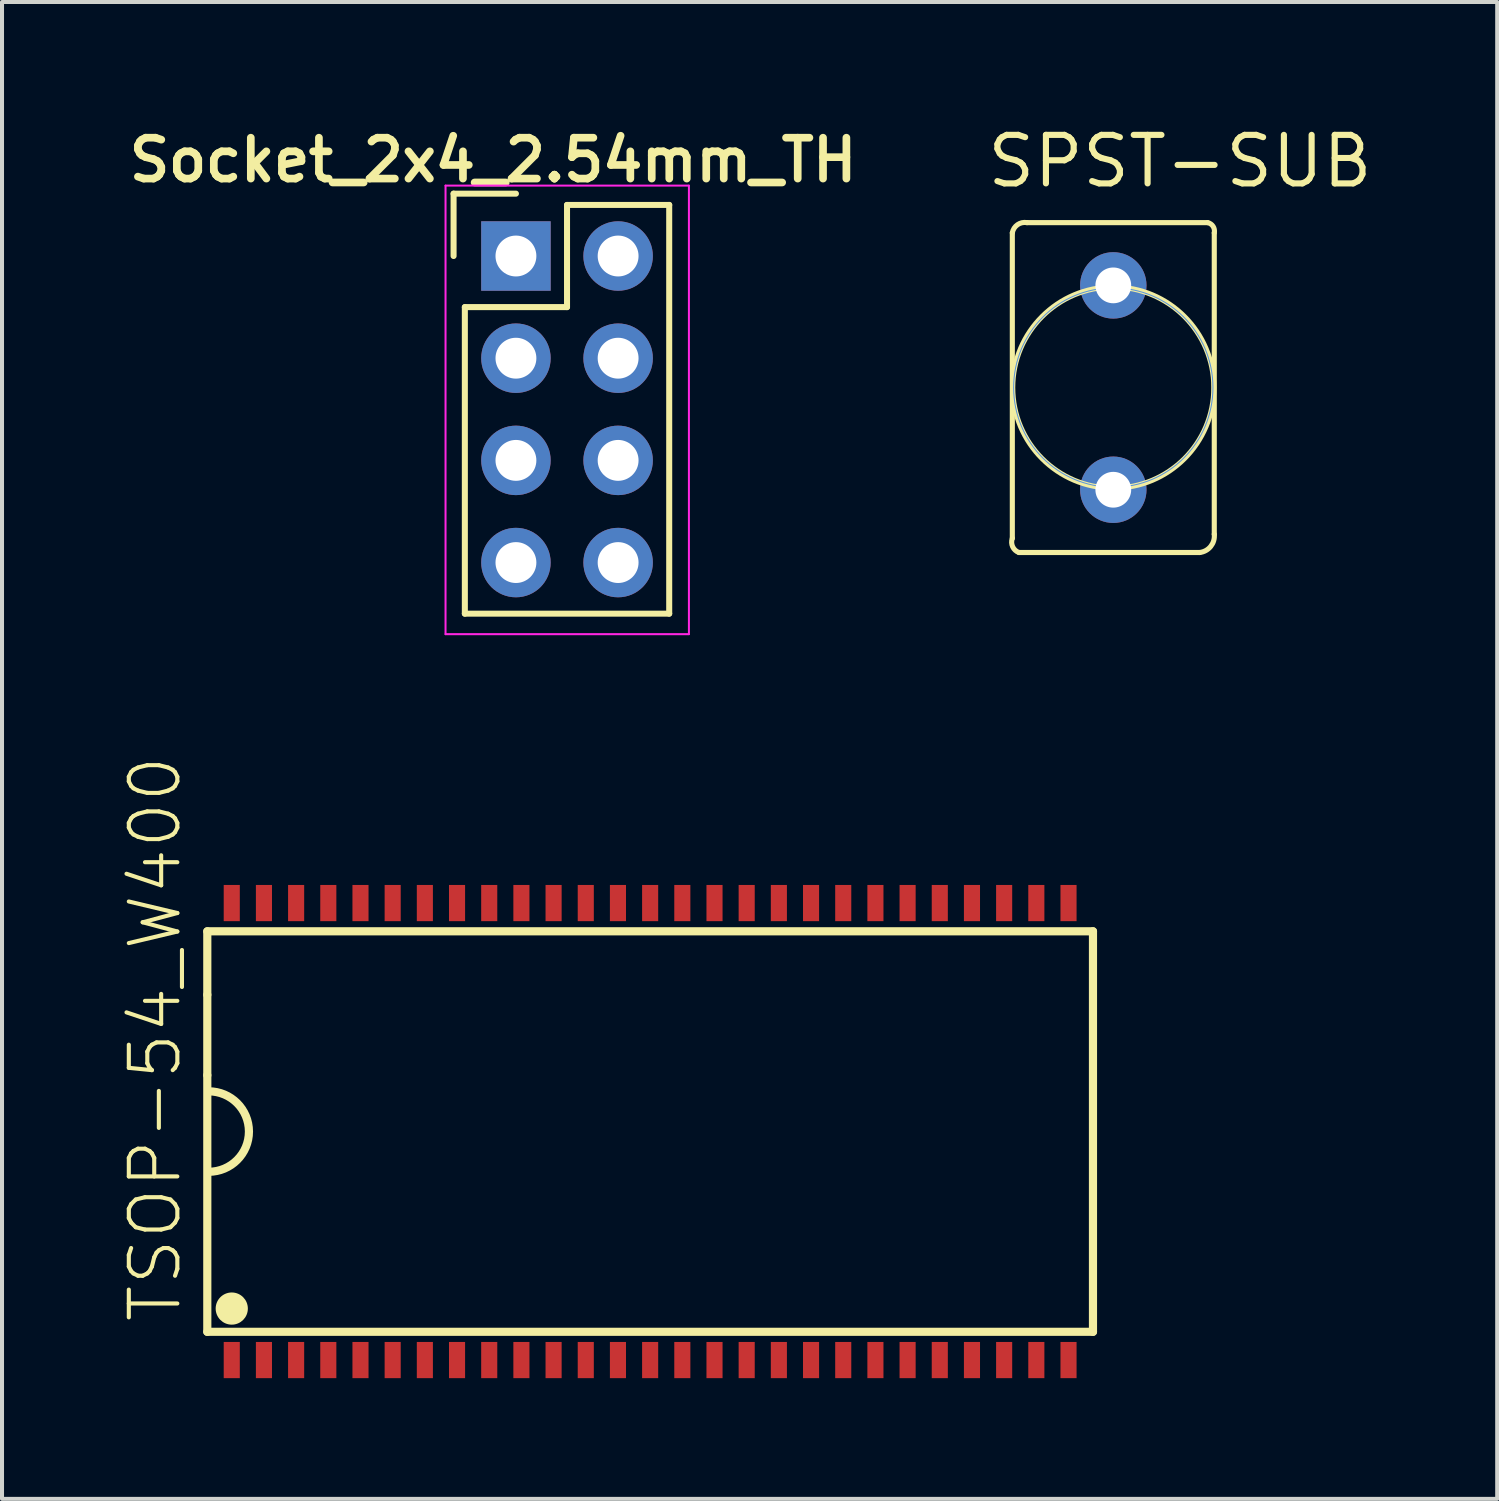
<source format=kicad_pcb>
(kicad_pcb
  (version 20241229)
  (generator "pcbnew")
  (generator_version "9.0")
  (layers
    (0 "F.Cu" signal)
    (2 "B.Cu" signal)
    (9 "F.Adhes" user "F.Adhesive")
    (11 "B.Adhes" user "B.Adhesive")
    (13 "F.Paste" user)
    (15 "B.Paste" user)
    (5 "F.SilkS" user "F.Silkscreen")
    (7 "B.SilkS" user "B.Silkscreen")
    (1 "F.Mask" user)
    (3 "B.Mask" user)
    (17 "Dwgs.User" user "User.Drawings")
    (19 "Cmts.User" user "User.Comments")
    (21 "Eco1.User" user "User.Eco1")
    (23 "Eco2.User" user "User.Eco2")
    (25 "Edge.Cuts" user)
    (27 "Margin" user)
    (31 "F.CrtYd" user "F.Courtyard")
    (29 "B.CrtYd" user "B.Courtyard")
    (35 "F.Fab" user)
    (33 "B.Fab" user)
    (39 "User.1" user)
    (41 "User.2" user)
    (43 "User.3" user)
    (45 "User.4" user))
  (footprint "SPST-SUB"
    (layer "F.Cu")
    (at 24.624 6.584)
    (property "Reference" "SPST-SUB" (at -3.21 -4.92 0) (layer "F.SilkS") (effects (font (size 1.206 1.206) (thickness 0.152)) (justify left bottom)))
    (attr through_hole)
    (fp_line (start -2.51 3.746) (end -2.51 -3.846) (stroke (width 0.127) (type solid)) (layer "F.SilkS"))
    (fp_line (start -2.146 -4.1) (end 2.346 -4.1) (stroke (width 0.127) (type solid)) (layer "F.SilkS"))
    (fp_line (start 2.146 4.1) (end -2.346 4.1) (stroke (width 0.127) (type solid)) (layer "F.SilkS"))
    (fp_line (start 2.51 -3.846) (end 2.51 3.646) (stroke (width 0.127) (type solid)) (layer "F.SilkS"))
    (fp_arc (start -2.51 -3.846) (mid -2.380625 -4.048417) (end -2.145999 -4.100001) (stroke (width 0.127) (type solid)) (layer "F.SilkS"))
    (fp_arc (start -2.346 4.1) (mid -2.501345 3.956979) (end -2.51 3.746) (stroke (width 0.127) (type solid)) (layer "F.SilkS"))
    (fp_arc (start 2.346 -4.1) (mid 2.480605 -4.006966) (end 2.51 -3.846) (stroke (width 0.127) (type solid)) (layer "F.SilkS"))
    (fp_arc (start 2.51 3.646) (mid 2.422026 3.948387) (end 2.146 4.1) (stroke (width 0.127) (type solid)) (layer "F.SilkS"))
    (fp_circle (center 0 0) (end 2.5 0) (stroke (width 0.127) (type solid)) (fill no) (layer "F.SilkS"))
    (fp_circle (center 0 0) (end 2.477 0) (stroke (width 0.025) (type solid)) (fill no) (layer "Cmts.User"))
    (pad "1" thru_hole circle (at 0 -2.54) (size 1.651 1.651) (drill 0.889) (layers "*.Cu" "*.Mask"))
    (pad "2" thru_hole circle (at 0 2.54) (size 1.651 1.651) (drill 0.889) (layers "*.Cu" "*.Mask")))
  (footprint "Socket_2x4_2.54mm_TH"
    (layer "F.Cu")
    (at 9.775 3.314)
    (property "Reference" "Socket_2x4_2.54mm_TH" (at -0.567 -2.385 0) (layer "F.SilkS") (effects (font (size 1.016 1.016) (thickness 0.191))))
    (attr through_hole)
    (fp_line (start -1.55 -1.55) (end -1.55 0) (stroke (width 0.15) (type solid)) (layer "F.SilkS"))
    (fp_line (start -1.27 1.27) (end -1.27 8.89) (stroke (width 0.15) (type solid)) (layer "F.SilkS"))
    (fp_line (start -1.27 8.89) (end 3.81 8.89) (stroke (width 0.15) (type solid)) (layer "F.SilkS"))
    (fp_line (start 0 -1.55) (end -1.55 -1.55) (stroke (width 0.15) (type solid)) (layer "F.SilkS"))
    (fp_line (start 1.27 -1.27) (end 1.27 1.27) (stroke (width 0.15) (type solid)) (layer "F.SilkS"))
    (fp_line (start 1.27 1.27) (end -1.27 1.27) (stroke (width 0.15) (type solid)) (layer "F.SilkS"))
    (fp_line (start 3.81 -1.27) (end 1.27 -1.27) (stroke (width 0.15) (type solid)) (layer "F.SilkS"))
    (fp_line (start 3.81 8.89) (end 3.81 -1.27) (stroke (width 0.15) (type solid)) (layer "F.SilkS"))
    (fp_line (start -1.75 -1.75) (end -1.75 9.4) (stroke (width 0.05) (type solid)) (layer "F.CrtYd"))
    (fp_line (start -1.75 -1.75) (end 4.3 -1.75) (stroke (width 0.05) (type solid)) (layer "F.CrtYd"))
    (fp_line (start -1.75 9.4) (end 4.3 9.4) (stroke (width 0.05) (type solid)) (layer "F.CrtYd"))
    (fp_line (start 4.3 -1.75) (end 4.3 9.4) (stroke (width 0.05) (type solid)) (layer "F.CrtYd"))
    (pad "1" thru_hole rect (at 0 0) (size 1.727 1.727) (drill 1.016) (layers "*.Cu" "*.Mask"))
    (pad "2" thru_hole oval (at 2.54 0) (size 1.727 1.727) (drill 1.016) (layers "*.Cu" "*.Mask"))
    (pad "3" thru_hole oval (at 0 2.54) (size 1.727 1.727) (drill 1.016) (layers "*.Cu" "*.Mask"))
    (pad "4" thru_hole oval (at 2.54 2.54) (size 1.727 1.727) (drill 1.016) (layers "*.Cu" "*.Mask"))
    (pad "5" thru_hole oval (at 0 5.08) (size 1.727 1.727) (drill 1.016) (layers "*.Cu" "*.Mask"))
    (pad "6" thru_hole oval (at 2.54 5.08) (size 1.727 1.727) (drill 1.016) (layers "*.Cu" "*.Mask"))
    (pad "7" thru_hole oval (at 0 7.62) (size 1.727 1.727) (drill 1.016) (layers "*.Cu" "*.Mask"))
    (pad "8" thru_hole oval (at 2.54 7.62) (size 1.727 1.727) (drill 1.016) (layers "*.Cu" "*.Mask")))
  (footprint "TSOP-54_W400"
    (layer "F.Cu")
    (at 13.111 25.078)
    (property "Reference" "TSOP-54_W400" (at -11.6 4.8 90) (layer "F.SilkS") (effects (font (size 1.206 1.206) (thickness 0.102)) (justify left bottom)))
    (attr through_hole)
    (fp_line (start -11.008 -4.978) (end -11.008 -3.4) (stroke (width 0.203) (type solid)) (layer "F.SilkS"))
    (fp_line (start -11.008 -3.4) (end -11.008 -1.4) (stroke (width 0.203) (type solid)) (layer "F.SilkS"))
    (fp_line (start -11.008 -1.4) (end -11.008 4.978) (stroke (width 0.203) (type solid)) (layer "F.SilkS"))
    (fp_line (start -11.008 4.978) (end 11.008 4.978) (stroke (width 0.203) (type solid)) (layer "F.SilkS"))
    (fp_line (start 11.008 -4.978) (end -11.008 -4.978) (stroke (width 0.203) (type solid)) (layer "F.SilkS"))
    (fp_line (start 11.008 4.978) (end 11.008 -4.978) (stroke (width 0.203) (type solid)) (layer "F.SilkS"))
    (fp_arc (start -10.9728 -1) (mid -9.9728 0) (end -10.9728 1) (stroke (width 0.2032) (type solid)) (layer "F.SilkS"))
    (fp_circle (center -10.4 4.4) (end -10 4.4) (stroke (width 0) (type solid)) (fill yes) (layer "F.SilkS"))
    (pad "1" smd rect (at -10.4 5.68 90) (size 0.9 0.4) (layers "F.Cu" "F.Mask" "F.Paste"))
    (pad "2" smd rect (at -9.6 5.68 90) (size 0.9 0.4) (layers "F.Cu" "F.Mask" "F.Paste"))
    (pad "3" smd rect (at -8.8 5.68 90) (size 0.9 0.4) (layers "F.Cu" "F.Mask" "F.Paste"))
    (pad "4" smd rect (at -8 5.68 90) (size 0.9 0.4) (layers "F.Cu" "F.Mask" "F.Paste"))
    (pad "5" smd rect (at -7.2 5.68 90) (size 0.9 0.4) (layers "F.Cu" "F.Mask" "F.Paste"))
    (pad "6" smd rect (at -6.4 5.68 90) (size 0.9 0.4) (layers "F.Cu" "F.Mask" "F.Paste"))
    (pad "7" smd rect (at -5.6 5.68 90) (size 0.9 0.4) (layers "F.Cu" "F.Mask" "F.Paste"))
    (pad "8" smd rect (at -4.8 5.68 90) (size 0.9 0.4) (layers "F.Cu" "F.Mask" "F.Paste"))
    (pad "9" smd rect (at -4 5.68 90) (size 0.9 0.4) (layers "F.Cu" "F.Mask" "F.Paste"))
    (pad "10" smd rect (at -3.2 5.68 90) (size 0.9 0.4) (layers "F.Cu" "F.Mask" "F.Paste"))
    (pad "11" smd rect (at -2.4 5.68 90) (size 0.9 0.4) (layers "F.Cu" "F.Mask" "F.Paste"))
    (pad "12" smd rect (at -1.6 5.68 90) (size 0.9 0.4) (layers "F.Cu" "F.Mask" "F.Paste"))
    (pad "13" smd rect (at -0.8 5.68 90) (size 0.9 0.4) (layers "F.Cu" "F.Mask" "F.Paste"))
    (pad "14" smd rect (at 0 5.68 90) (size 0.9 0.4) (layers "F.Cu" "F.Mask" "F.Paste"))
    (pad "15" smd rect (at 0.8 5.68 90) (size 0.9 0.4) (layers "F.Cu" "F.Mask" "F.Paste"))
    (pad "16" smd rect (at 1.6 5.68 90) (size 0.9 0.4) (layers "F.Cu" "F.Mask" "F.Paste"))
    (pad "17" smd rect (at 2.4 5.68 90) (size 0.9 0.4) (layers "F.Cu" "F.Mask" "F.Paste"))
    (pad "18" smd rect (at 3.2 5.68 90) (size 0.9 0.4) (layers "F.Cu" "F.Mask" "F.Paste"))
    (pad "19" smd rect (at 4 5.68 90) (size 0.9 0.4) (layers "F.Cu" "F.Mask" "F.Paste"))
    (pad "20" smd rect (at 4.8 5.68 90) (size 0.9 0.4) (layers "F.Cu" "F.Mask" "F.Paste"))
    (pad "21" smd rect (at 5.6 5.68 90) (size 0.9 0.4) (layers "F.Cu" "F.Mask" "F.Paste"))
    (pad "22" smd rect (at 6.4 5.68 90) (size 0.9 0.4) (layers "F.Cu" "F.Mask" "F.Paste"))
    (pad "23" smd rect (at 7.2 5.68 90) (size 0.9 0.4) (layers "F.Cu" "F.Mask" "F.Paste"))
    (pad "24" smd rect (at 8 5.68 90) (size 0.9 0.4) (layers "F.Cu" "F.Mask" "F.Paste"))
    (pad "25" smd rect (at 8.8 5.68 90) (size 0.9 0.4) (layers "F.Cu" "F.Mask" "F.Paste"))
    (pad "26" smd rect (at 9.6 5.68 90) (size 0.9 0.4) (layers "F.Cu" "F.Mask" "F.Paste"))
    (pad "27" smd rect (at 10.4 5.68 90) (size 0.9 0.4) (layers "F.Cu" "F.Mask" "F.Paste"))
    (pad "28" smd rect (at 10.4 -5.68 270) (size 0.9 0.4) (layers "F.Cu" "F.Mask" "F.Paste"))
    (pad "29" smd rect (at 9.6 -5.68 90) (size 0.9 0.4) (layers "F.Cu" "F.Mask" "F.Paste"))
    (pad "30" smd rect (at 8.8 -5.68 90) (size 0.9 0.4) (layers "F.Cu" "F.Mask" "F.Paste"))
    (pad "31" smd rect (at 8 -5.68 90) (size 0.9 0.4) (layers "F.Cu" "F.Mask" "F.Paste"))
    (pad "32" smd rect (at 7.2 -5.68 90) (size 0.9 0.4) (layers "F.Cu" "F.Mask" "F.Paste"))
    (pad "33" smd rect (at 6.4 -5.68 90) (size 0.9 0.4) (layers "F.Cu" "F.Mask" "F.Paste"))
    (pad "34" smd rect (at 5.6 -5.68 90) (size 0.9 0.4) (layers "F.Cu" "F.Mask" "F.Paste"))
    (pad "35" smd rect (at 4.8 -5.68 90) (size 0.9 0.4) (layers "F.Cu" "F.Mask" "F.Paste"))
    (pad "36" smd rect (at 4 -5.68 90) (size 0.9 0.4) (layers "F.Cu" "F.Mask" "F.Paste"))
    (pad "37" smd rect (at 3.2 -5.68 90) (size 0.9 0.4) (layers "F.Cu" "F.Mask" "F.Paste"))
    (pad "38" smd rect (at 2.4 -5.68 90) (size 0.9 0.4) (layers "F.Cu" "F.Mask" "F.Paste"))
    (pad "39" smd rect (at 1.6 -5.68 90) (size 0.9 0.4) (layers "F.Cu" "F.Mask" "F.Paste"))
    (pad "40" smd rect (at 0.8 -5.68 90) (size 0.9 0.4) (layers "F.Cu" "F.Mask" "F.Paste"))
    (pad "41" smd rect (at 0 -5.68 90) (size 0.9 0.4) (layers "F.Cu" "F.Mask" "F.Paste"))
    (pad "42" smd rect (at -0.8 -5.68 90) (size 0.9 0.4) (layers "F.Cu" "F.Mask" "F.Paste"))
    (pad "43" smd rect (at -1.6 -5.68 90) (size 0.9 0.4) (layers "F.Cu" "F.Mask" "F.Paste"))
    (pad "44" smd rect (at -2.4 -5.68 90) (size 0.9 0.4) (layers "F.Cu" "F.Mask" "F.Paste"))
    (pad "45" smd rect (at -3.2 -5.68 90) (size 0.9 0.4) (layers "F.Cu" "F.Mask" "F.Paste"))
    (pad "46" smd rect (at -4 -5.68 90) (size 0.9 0.4) (layers "F.Cu" "F.Mask" "F.Paste"))
    (pad "47" smd rect (at -4.8 -5.68 90) (size 0.9 0.4) (layers "F.Cu" "F.Mask" "F.Paste"))
    (pad "48" smd rect (at -5.6 -5.68 90) (size 0.9 0.4) (layers "F.Cu" "F.Mask" "F.Paste"))
    (pad "49" smd rect (at -6.4 -5.68 90) (size 0.9 0.4) (layers "F.Cu" "F.Mask" "F.Paste"))
    (pad "50" smd rect (at -7.2 -5.68 90) (size 0.9 0.4) (layers "F.Cu" "F.Mask" "F.Paste"))
    (pad "51" smd rect (at -8 -5.68 90) (size 0.9 0.4) (layers "F.Cu" "F.Mask" "F.Paste"))
    (pad "52" smd rect (at -8.8 -5.68 90) (size 0.9 0.4) (layers "F.Cu" "F.Mask" "F.Paste"))
    (pad "53" smd rect (at -9.6 -5.68 90) (size 0.9 0.4) (layers "F.Cu" "F.Mask" "F.Paste"))
    (pad "54" smd rect (at -10.4 -5.68 90) (size 0.9 0.4) (layers "F.Cu" "F.Mask" "F.Paste")))
  (gr_rect
    (start -3 -3)
    (end 34.167 34.208)
    (stroke (width 0.1) (type default))
    (fill no)
    (layer "Edge.Cuts")))
</source>
